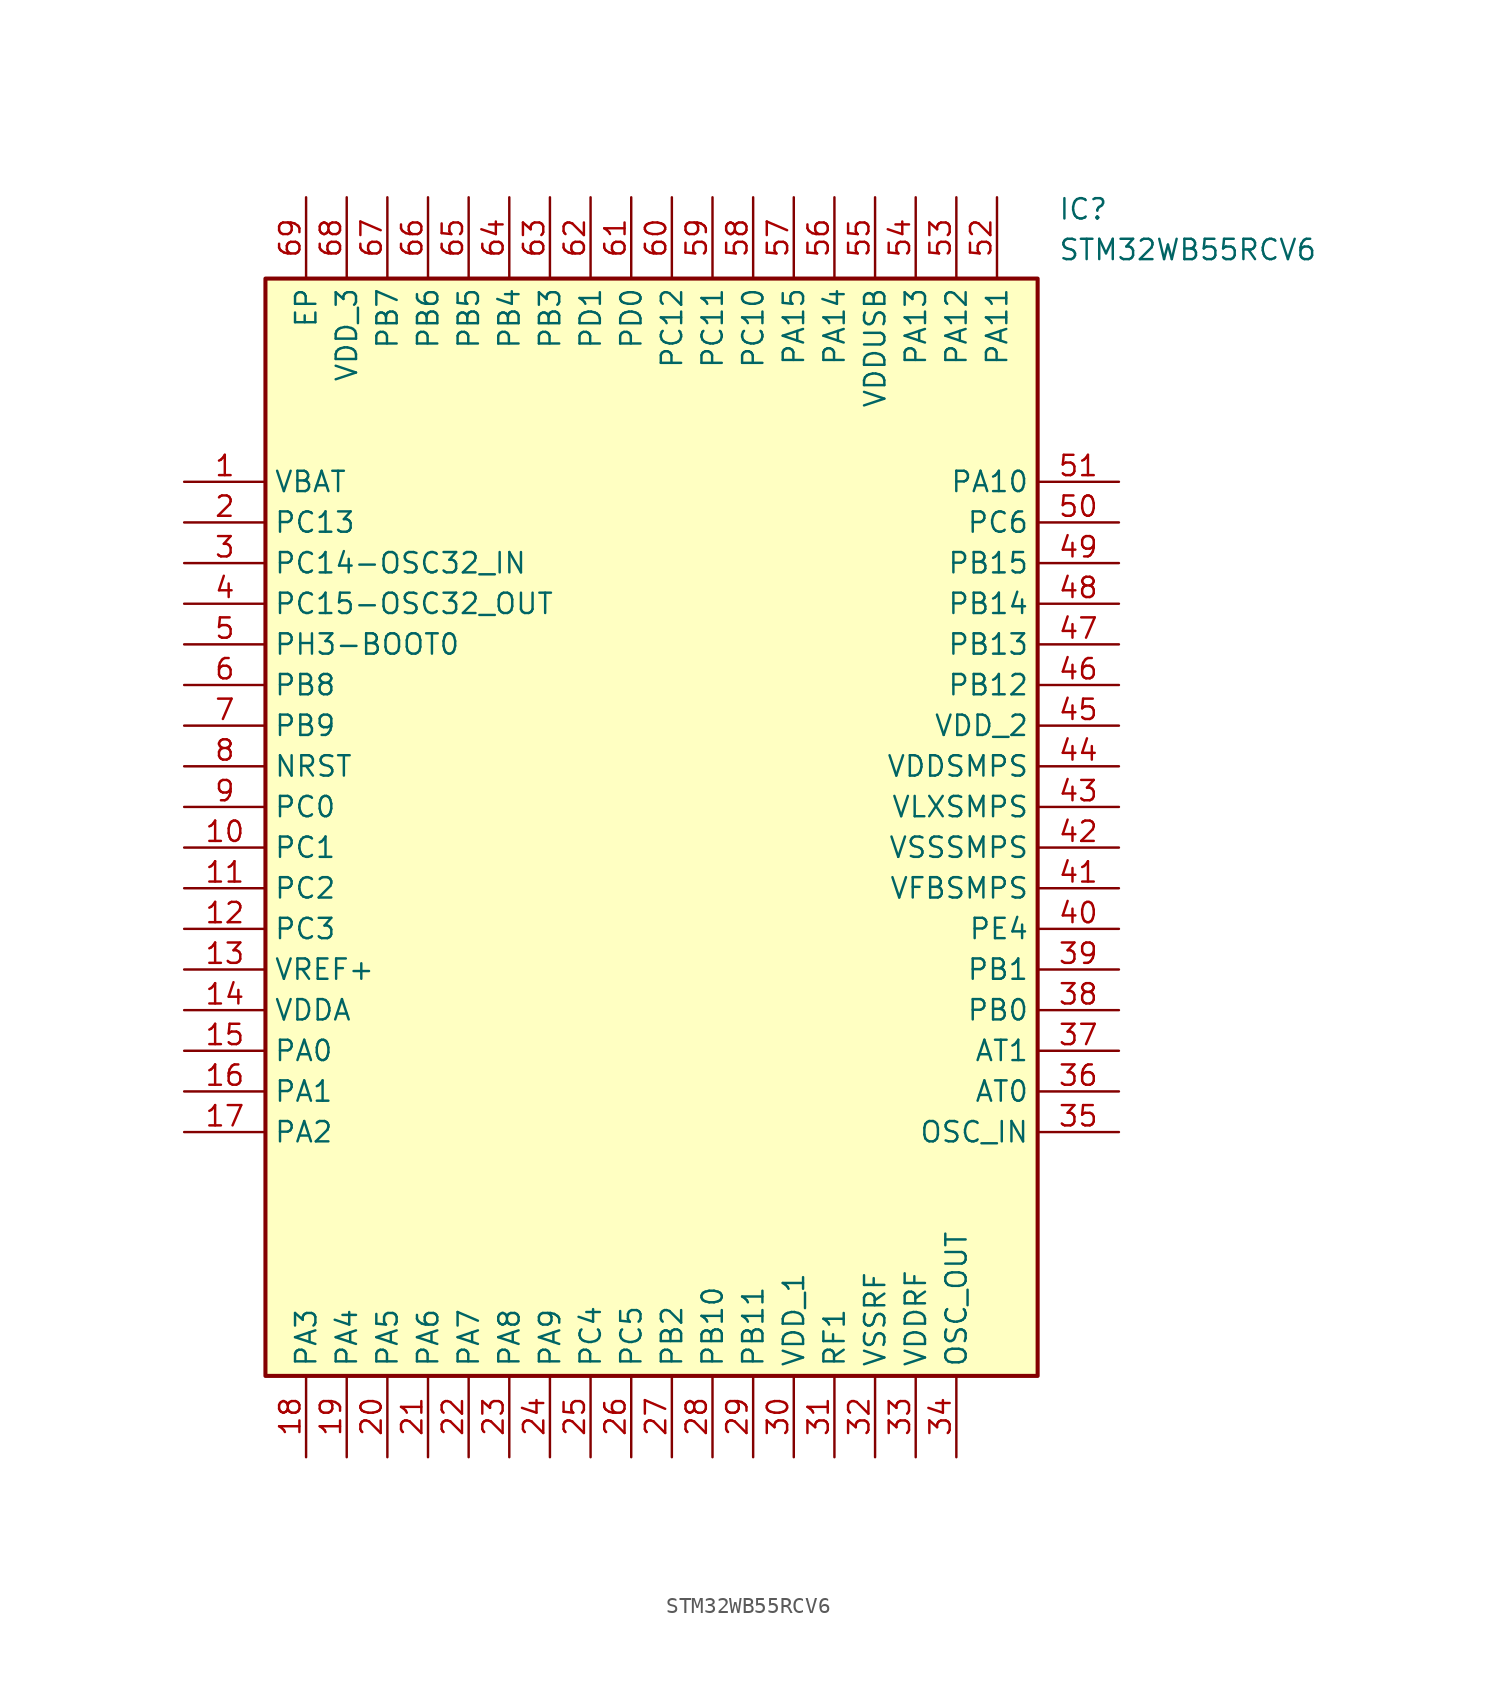
<source format=kicad_sym>
(kicad_symbol_lib
  (version 20211014)
  (generator SamacSys_ECAD_Model)
  (symbol "STM32WB55RCV6"
    (property "Reference" "IC"
      (at 54.61 17.78 0)
      (effects (font (size 1.27 1.27)) (justify left top)))
    (property "Value" "STM32WB55RCV6"
      (at 54.61 15.24 0)
      (effects (font (size 1.27 1.27)) (justify left top)))
    (rectangle
      (start 5.08 12.7)
      (end 53.34 -55.88)
      (stroke (width 0.254) (type default))
      (fill (type background)))
    (pin passive line
      (at 0 0 0)
      (length 5.08)
      (name "VBAT" (effects (font (size 1.27 1.27))))
      (number "1" (effects (font (size 1.27 1.27)))))
    (pin passive line
      (at 0 -2.54 0)
      (length 5.08)
      (name "PC13" (effects (font (size 1.27 1.27))))
      (number "2" (effects (font (size 1.27 1.27)))))
    (pin passive line
      (at 0 -5.08 0)
      (length 5.08)
      (name "PC14-OSC32_IN" (effects (font (size 1.27 1.27))))
      (number "3" (effects (font (size 1.27 1.27)))))
    (pin passive line
      (at 0 -7.62 0)
      (length 5.08)
      (name "PC15-OSC32_OUT" (effects (font (size 1.27 1.27))))
      (number "4" (effects (font (size 1.27 1.27)))))
    (pin passive line
      (at 0 -10.16 0)
      (length 5.08)
      (name "PH3-BOOT0" (effects (font (size 1.27 1.27))))
      (number "5" (effects (font (size 1.27 1.27)))))
    (pin passive line
      (at 0 -12.7 0)
      (length 5.08)
      (name "PB8" (effects (font (size 1.27 1.27))))
      (number "6" (effects (font (size 1.27 1.27)))))
    (pin passive line
      (at 0 -15.24 0)
      (length 5.08)
      (name "PB9" (effects (font (size 1.27 1.27))))
      (number "7" (effects (font (size 1.27 1.27)))))
    (pin passive line
      (at 0 -17.78 0)
      (length 5.08)
      (name "NRST" (effects (font (size 1.27 1.27))))
      (number "8" (effects (font (size 1.27 1.27)))))
    (pin passive line
      (at 0 -20.32 0)
      (length 5.08)
      (name "PC0" (effects (font (size 1.27 1.27))))
      (number "9" (effects (font (size 1.27 1.27)))))
    (pin passive line
      (at 0 -22.86 0)
      (length 5.08)
      (name "PC1" (effects (font (size 1.27 1.27))))
      (number "10" (effects (font (size 1.27 1.27)))))
    (pin passive line
      (at 0 -25.4 0)
      (length 5.08)
      (name "PC2" (effects (font (size 1.27 1.27))))
      (number "11" (effects (font (size 1.27 1.27)))))
    (pin passive line
      (at 0 -27.94 0)
      (length 5.08)
      (name "PC3" (effects (font (size 1.27 1.27))))
      (number "12" (effects (font (size 1.27 1.27)))))
    (pin passive line
      (at 0 -30.48 0)
      (length 5.08)
      (name "VREF+" (effects (font (size 1.27 1.27))))
      (number "13" (effects (font (size 1.27 1.27)))))
    (pin passive line
      (at 0 -33.02 0)
      (length 5.08)
      (name "VDDA" (effects (font (size 1.27 1.27))))
      (number "14" (effects (font (size 1.27 1.27)))))
    (pin passive line
      (at 0 -35.56 0)
      (length 5.08)
      (name "PA0" (effects (font (size 1.27 1.27))))
      (number "15" (effects (font (size 1.27 1.27)))))
    (pin passive line
      (at 0 -38.1 0)
      (length 5.08)
      (name "PA1" (effects (font (size 1.27 1.27))))
      (number "16" (effects (font (size 1.27 1.27)))))
    (pin passive line
      (at 0 -40.64 0)
      (length 5.08)
      (name "PA2" (effects (font (size 1.27 1.27))))
      (number "17" (effects (font (size 1.27 1.27)))))
    (pin passive line
      (at 7.62 -60.96 90)
      (length 5.08)
      (name "PA3" (effects (font (size 1.27 1.27))))
      (number "18" (effects (font (size 1.27 1.27)))))
    (pin passive line
      (at 10.16 -60.96 90)
      (length 5.08)
      (name "PA4" (effects (font (size 1.27 1.27))))
      (number "19" (effects (font (size 1.27 1.27)))))
    (pin passive line
      (at 12.7 -60.96 90)
      (length 5.08)
      (name "PA5" (effects (font (size 1.27 1.27))))
      (number "20" (effects (font (size 1.27 1.27)))))
    (pin passive line
      (at 15.24 -60.96 90)
      (length 5.08)
      (name "PA6" (effects (font (size 1.27 1.27))))
      (number "21" (effects (font (size 1.27 1.27)))))
    (pin passive line
      (at 17.78 -60.96 90)
      (length 5.08)
      (name "PA7" (effects (font (size 1.27 1.27))))
      (number "22" (effects (font (size 1.27 1.27)))))
    (pin passive line
      (at 20.32 -60.96 90)
      (length 5.08)
      (name "PA8" (effects (font (size 1.27 1.27))))
      (number "23" (effects (font (size 1.27 1.27)))))
    (pin passive line
      (at 22.86 -60.96 90)
      (length 5.08)
      (name "PA9" (effects (font (size 1.27 1.27))))
      (number "24" (effects (font (size 1.27 1.27)))))
    (pin passive line
      (at 25.4 -60.96 90)
      (length 5.08)
      (name "PC4" (effects (font (size 1.27 1.27))))
      (number "25" (effects (font (size 1.27 1.27)))))
    (pin passive line
      (at 27.94 -60.96 90)
      (length 5.08)
      (name "PC5" (effects (font (size 1.27 1.27))))
      (number "26" (effects (font (size 1.27 1.27)))))
    (pin passive line
      (at 30.48 -60.96 90)
      (length 5.08)
      (name "PB2" (effects (font (size 1.27 1.27))))
      (number "27" (effects (font (size 1.27 1.27)))))
    (pin passive line
      (at 33.02 -60.96 90)
      (length 5.08)
      (name "PB10" (effects (font (size 1.27 1.27))))
      (number "28" (effects (font (size 1.27 1.27)))))
    (pin passive line
      (at 35.56 -60.96 90)
      (length 5.08)
      (name "PB11" (effects (font (size 1.27 1.27))))
      (number "29" (effects (font (size 1.27 1.27)))))
    (pin passive line
      (at 38.1 -60.96 90)
      (length 5.08)
      (name "VDD_1" (effects (font (size 1.27 1.27))))
      (number "30" (effects (font (size 1.27 1.27)))))
    (pin passive line
      (at 40.64 -60.96 90)
      (length 5.08)
      (name "RF1" (effects (font (size 1.27 1.27))))
      (number "31" (effects (font (size 1.27 1.27)))))
    (pin passive line
      (at 43.18 -60.96 90)
      (length 5.08)
      (name "VSSRF" (effects (font (size 1.27 1.27))))
      (number "32" (effects (font (size 1.27 1.27)))))
    (pin passive line
      (at 45.72 -60.96 90)
      (length 5.08)
      (name "VDDRF" (effects (font (size 1.27 1.27))))
      (number "33" (effects (font (size 1.27 1.27)))))
    (pin passive line
      (at 48.26 -60.96 90)
      (length 5.08)
      (name "OSC_OUT" (effects (font (size 1.27 1.27))))
      (number "34" (effects (font (size 1.27 1.27)))))
    (pin passive line
      (at 58.42 0 180)
      (length 5.08)
      (name "PA10" (effects (font (size 1.27 1.27))))
      (number "51" (effects (font (size 1.27 1.27)))))
    (pin passive line
      (at 58.42 -2.54 180)
      (length 5.08)
      (name "PC6" (effects (font (size 1.27 1.27))))
      (number "50" (effects (font (size 1.27 1.27)))))
    (pin passive line
      (at 58.42 -5.08 180)
      (length 5.08)
      (name "PB15" (effects (font (size 1.27 1.27))))
      (number "49" (effects (font (size 1.27 1.27)))))
    (pin passive line
      (at 58.42 -7.62 180)
      (length 5.08)
      (name "PB14" (effects (font (size 1.27 1.27))))
      (number "48" (effects (font (size 1.27 1.27)))))
    (pin passive line
      (at 58.42 -10.16 180)
      (length 5.08)
      (name "PB13" (effects (font (size 1.27 1.27))))
      (number "47" (effects (font (size 1.27 1.27)))))
    (pin passive line
      (at 58.42 -12.7 180)
      (length 5.08)
      (name "PB12" (effects (font (size 1.27 1.27))))
      (number "46" (effects (font (size 1.27 1.27)))))
    (pin passive line
      (at 58.42 -15.24 180)
      (length 5.08)
      (name "VDD_2" (effects (font (size 1.27 1.27))))
      (number "45" (effects (font (size 1.27 1.27)))))
    (pin passive line
      (at 58.42 -17.78 180)
      (length 5.08)
      (name "VDDSMPS" (effects (font (size 1.27 1.27))))
      (number "44" (effects (font (size 1.27 1.27)))))
    (pin passive line
      (at 58.42 -20.32 180)
      (length 5.08)
      (name "VLXSMPS" (effects (font (size 1.27 1.27))))
      (number "43" (effects (font (size 1.27 1.27)))))
    (pin passive line
      (at 58.42 -22.86 180)
      (length 5.08)
      (name "VSSSMPS" (effects (font (size 1.27 1.27))))
      (number "42" (effects (font (size 1.27 1.27)))))
    (pin passive line
      (at 58.42 -25.4 180)
      (length 5.08)
      (name "VFBSMPS" (effects (font (size 1.27 1.27))))
      (number "41" (effects (font (size 1.27 1.27)))))
    (pin passive line
      (at 58.42 -27.94 180)
      (length 5.08)
      (name "PE4" (effects (font (size 1.27 1.27))))
      (number "40" (effects (font (size 1.27 1.27)))))
    (pin passive line
      (at 58.42 -30.48 180)
      (length 5.08)
      (name "PB1" (effects (font (size 1.27 1.27))))
      (number "39" (effects (font (size 1.27 1.27)))))
    (pin passive line
      (at 58.42 -33.02 180)
      (length 5.08)
      (name "PB0" (effects (font (size 1.27 1.27))))
      (number "38" (effects (font (size 1.27 1.27)))))
    (pin passive line
      (at 58.42 -35.56 180)
      (length 5.08)
      (name "AT1" (effects (font (size 1.27 1.27))))
      (number "37" (effects (font (size 1.27 1.27)))))
    (pin passive line
      (at 58.42 -38.1 180)
      (length 5.08)
      (name "AT0" (effects (font (size 1.27 1.27))))
      (number "36" (effects (font (size 1.27 1.27)))))
    (pin passive line
      (at 58.42 -40.64 180)
      (length 5.08)
      (name "OSC_IN" (effects (font (size 1.27 1.27))))
      (number "35" (effects (font (size 1.27 1.27)))))
    (pin passive line
      (at 7.62 17.78 270)
      (length 5.08)
      (name "EP" (effects (font (size 1.27 1.27))))
      (number "69" (effects (font (size 1.27 1.27)))))
    (pin passive line
      (at 10.16 17.78 270)
      (length 5.08)
      (name "VDD_3" (effects (font (size 1.27 1.27))))
      (number "68" (effects (font (size 1.27 1.27)))))
    (pin passive line
      (at 12.7 17.78 270)
      (length 5.08)
      (name "PB7" (effects (font (size 1.27 1.27))))
      (number "67" (effects (font (size 1.27 1.27)))))
    (pin passive line
      (at 15.24 17.78 270)
      (length 5.08)
      (name "PB6" (effects (font (size 1.27 1.27))))
      (number "66" (effects (font (size 1.27 1.27)))))
    (pin passive line
      (at 17.78 17.78 270)
      (length 5.08)
      (name "PB5" (effects (font (size 1.27 1.27))))
      (number "65" (effects (font (size 1.27 1.27)))))
    (pin passive line
      (at 20.32 17.78 270)
      (length 5.08)
      (name "PB4" (effects (font (size 1.27 1.27))))
      (number "64" (effects (font (size 1.27 1.27)))))
    (pin passive line
      (at 22.86 17.78 270)
      (length 5.08)
      (name "PB3" (effects (font (size 1.27 1.27))))
      (number "63" (effects (font (size 1.27 1.27)))))
    (pin passive line
      (at 25.4 17.78 270)
      (length 5.08)
      (name "PD1" (effects (font (size 1.27 1.27))))
      (number "62" (effects (font (size 1.27 1.27)))))
    (pin passive line
      (at 27.94 17.78 270)
      (length 5.08)
      (name "PD0" (effects (font (size 1.27 1.27))))
      (number "61" (effects (font (size 1.27 1.27)))))
    (pin passive line
      (at 30.48 17.78 270)
      (length 5.08)
      (name "PC12" (effects (font (size 1.27 1.27))))
      (number "60" (effects (font (size 1.27 1.27)))))
    (pin passive line
      (at 33.02 17.78 270)
      (length 5.08)
      (name "PC11" (effects (font (size 1.27 1.27))))
      (number "59" (effects (font (size 1.27 1.27)))))
    (pin passive line
      (at 35.56 17.78 270)
      (length 5.08)
      (name "PC10" (effects (font (size 1.27 1.27))))
      (number "58" (effects (font (size 1.27 1.27)))))
    (pin passive line
      (at 38.1 17.78 270)
      (length 5.08)
      (name "PA15" (effects (font (size 1.27 1.27))))
      (number "57" (effects (font (size 1.27 1.27)))))
    (pin passive line
      (at 40.64 17.78 270)
      (length 5.08)
      (name "PA14" (effects (font (size 1.27 1.27))))
      (number "56" (effects (font (size 1.27 1.27)))))
    (pin passive line
      (at 43.18 17.78 270)
      (length 5.08)
      (name "VDDUSB" (effects (font (size 1.27 1.27))))
      (number "55" (effects (font (size 1.27 1.27)))))
    (pin passive line
      (at 45.72 17.78 270)
      (length 5.08)
      (name "PA13" (effects (font (size 1.27 1.27))))
      (number "54" (effects (font (size 1.27 1.27)))))
    (pin passive line
      (at 48.26 17.78 270)
      (length 5.08)
      (name "PA12" (effects (font (size 1.27 1.27))))
      (number "53" (effects (font (size 1.27 1.27)))))
    (pin passive line
      (at 50.8 17.78 270)
      (length 5.08)
      (name "PA11" (effects (font (size 1.27 1.27))))
      (number "52" (effects (font (size 1.27 1.27)))))))
</source>
